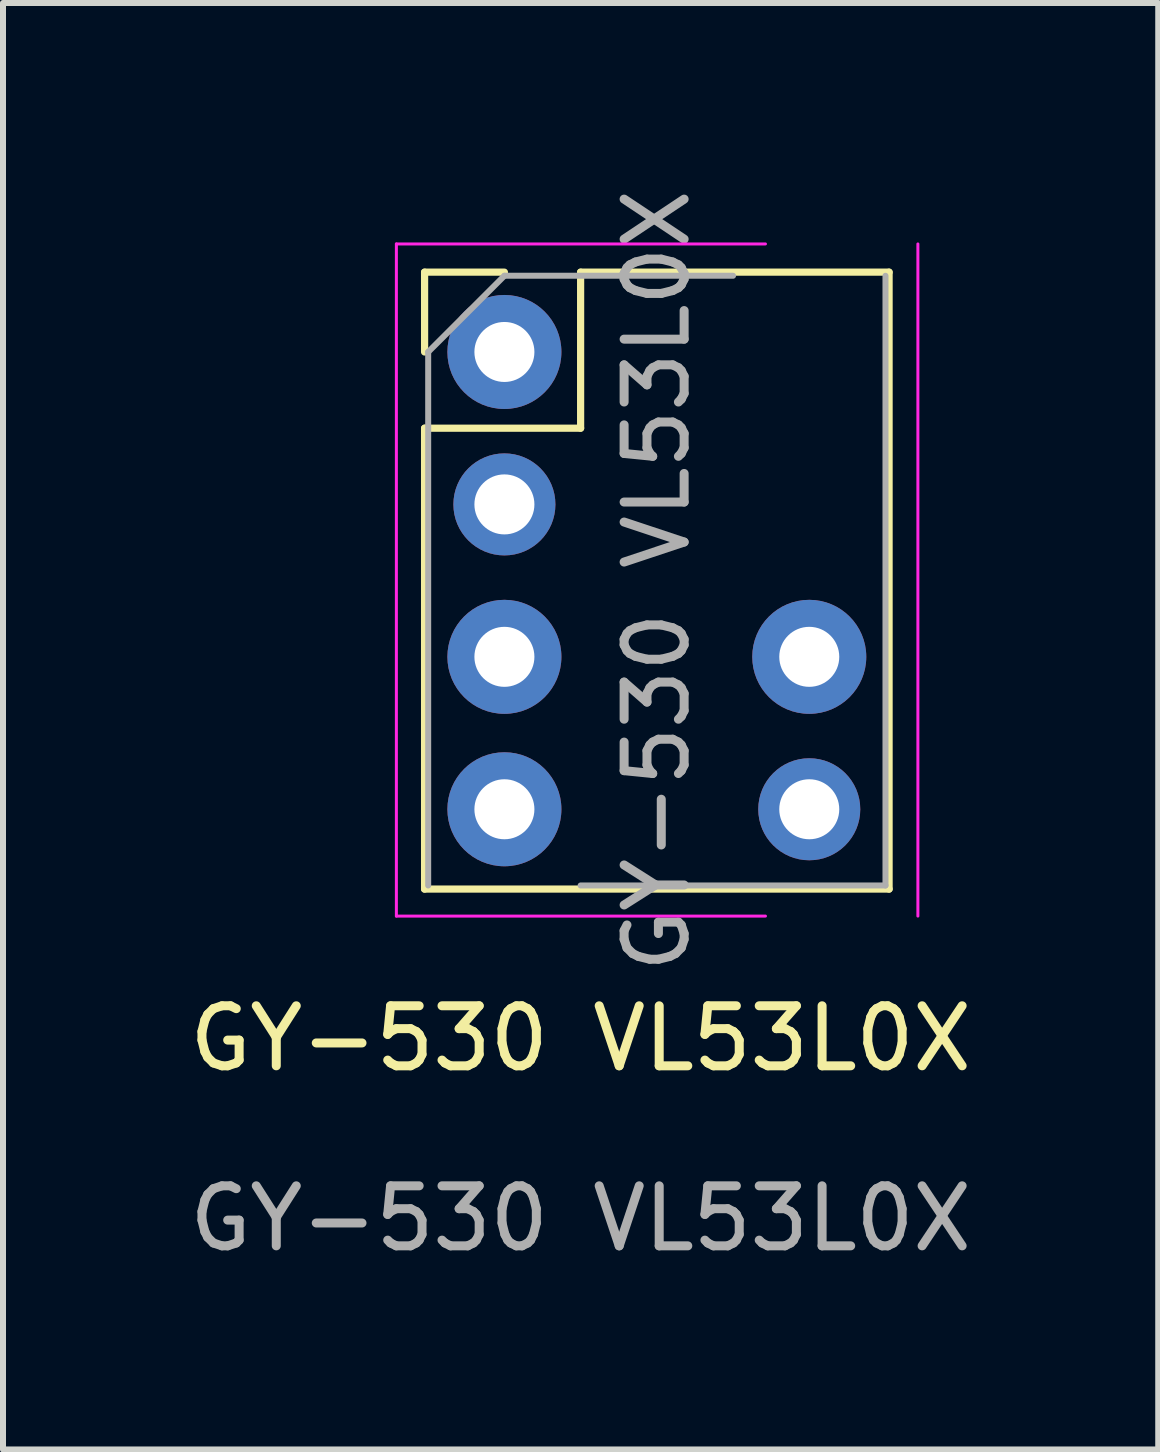
<source format=kicad_pcb>
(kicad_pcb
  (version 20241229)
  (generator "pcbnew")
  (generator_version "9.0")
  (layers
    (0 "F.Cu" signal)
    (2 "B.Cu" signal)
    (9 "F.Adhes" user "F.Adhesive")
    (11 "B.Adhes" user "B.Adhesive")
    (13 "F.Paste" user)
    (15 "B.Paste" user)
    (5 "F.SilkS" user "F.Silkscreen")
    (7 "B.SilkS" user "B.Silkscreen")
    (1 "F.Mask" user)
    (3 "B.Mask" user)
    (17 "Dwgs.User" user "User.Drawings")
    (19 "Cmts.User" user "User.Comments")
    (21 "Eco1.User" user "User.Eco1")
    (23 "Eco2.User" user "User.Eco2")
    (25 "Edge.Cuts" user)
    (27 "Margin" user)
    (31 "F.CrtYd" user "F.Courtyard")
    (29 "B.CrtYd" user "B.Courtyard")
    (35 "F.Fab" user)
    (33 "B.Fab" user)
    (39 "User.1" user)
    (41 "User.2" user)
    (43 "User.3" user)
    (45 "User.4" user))
  (footprint "GY-530 VL53L0X"
    (layer "F.Cu")
    (at 6.625 14.755)
    (property "Reference" "GY-530 VL53L0X" (at 0 -0.5 0) (unlocked yes) (layer "F.SilkS") (effects (font (size 1 1) (thickness 0.15))))
    (attr through_hole)
    (fp_line (start -2.6 -13.27) (end -1.27 -13.27) (stroke (width 0.12) (type solid)) (layer "F.SilkS"))
    (fp_line (start -2.6 -11.94) (end -2.6 -13.27) (stroke (width 0.12) (type solid)) (layer "F.SilkS"))
    (fp_line (start -2.6 -10.67) (end -2.6 -2.99) (stroke (width 0.12) (type solid)) (layer "F.SilkS"))
    (fp_line (start -2.6 -10.67) (end 0 -10.67) (stroke (width 0.12) (type solid)) (layer "F.SilkS"))
    (fp_line (start -2.6 -2.99) (end 5.14 -2.99) (stroke (width 0.12) (type solid)) (layer "F.SilkS"))
    (fp_line (start 0 -13.27) (end 5.14 -13.27) (stroke (width 0.12) (type solid)) (layer "F.SilkS"))
    (fp_line (start 0 -10.67) (end 0 -13.27) (stroke (width 0.12) (type solid)) (layer "F.SilkS"))
    (fp_line (start 5.14 -13.27) (end 5.14 -2.99) (stroke (width 0.12) (type solid)) (layer "F.SilkS"))
    (fp_line (start -3.07 -13.74) (end -3.07 -2.54) (stroke (width 0.05) (type solid)) (layer "F.CrtYd"))
    (fp_line (start -3.07 -2.54) (end 3.08 -2.54) (stroke (width 0.05) (type solid)) (layer "F.CrtYd"))
    (fp_line (start 3.08 -13.74) (end -3.07 -13.74) (stroke (width 0.05) (type solid)) (layer "F.CrtYd"))
    (fp_line (start 5.62 -2.54) (end 5.62 -13.74) (stroke (width 0.05) (type solid)) (layer "F.CrtYd"))
    (fp_line (start -2.54 -11.94) (end -1.27 -13.21) (stroke (width 0.1) (type solid)) (layer "F.Fab"))
    (fp_line (start -2.54 -3.05) (end -2.54 -11.94) (stroke (width 0.1) (type solid)) (layer "F.Fab"))
    (fp_line (start -1.27 -13.21) (end 2.54 -13.21) (stroke (width 0.1) (type solid)) (layer "F.Fab"))
    (fp_line (start 5.08 -13.21) (end 5.08 -3.05) (stroke (width 0.1) (type solid)) (layer "F.Fab"))
    (fp_line (start 5.08 -3.05) (end 0 -3.05) (stroke (width 0.1) (type solid)) (layer "F.Fab"))
    (fp_text user "${REFERENCE}" (at 1.27 -8.13 90) (layer "F.Fab") (effects (font (size 1 1) (thickness 0.15))))
    (fp_text user "${REFERENCE}" (at 0 2.5 0) (unlocked yes) (layer "F.Fab") (effects (font (size 1 1) (thickness 0.15))))
    (pad "1" thru_hole circle (at -1.27 -11.94) (size 1.9 1.9) (drill 1) (layers "*.Cu" "*.Mask"))
    (pad "2" thru_hole circle (at -1.27 -9.4) (size 1.7 1.7) (drill 1) (layers "*.Cu" "*.Mask"))
    (pad "3" thru_hole circle (at -1.27 -6.86) (size 1.9 1.9) (drill 1) (layers "*.Cu" "*.Mask"))
    (pad "4" thru_hole circle (at -1.27 -4.32) (size 1.9 1.9) (drill 1) (layers "*.Cu" "*.Mask"))
    (pad "5" thru_hole circle (at 3.81 -4.32) (size 1.7 1.7) (drill 1) (layers "*.Cu" "*.Mask"))
    (pad "6" thru_hole circle (at 3.81 -6.86) (size 1.9 1.9) (drill 1) (layers "*.Cu" "*.Mask")))
  (gr_rect
    (start -3 -3)
    (end 16.25 21.103)
    (stroke (width 0.1) (type default))
    (fill no)
    (layer "Edge.Cuts")))
</source>
